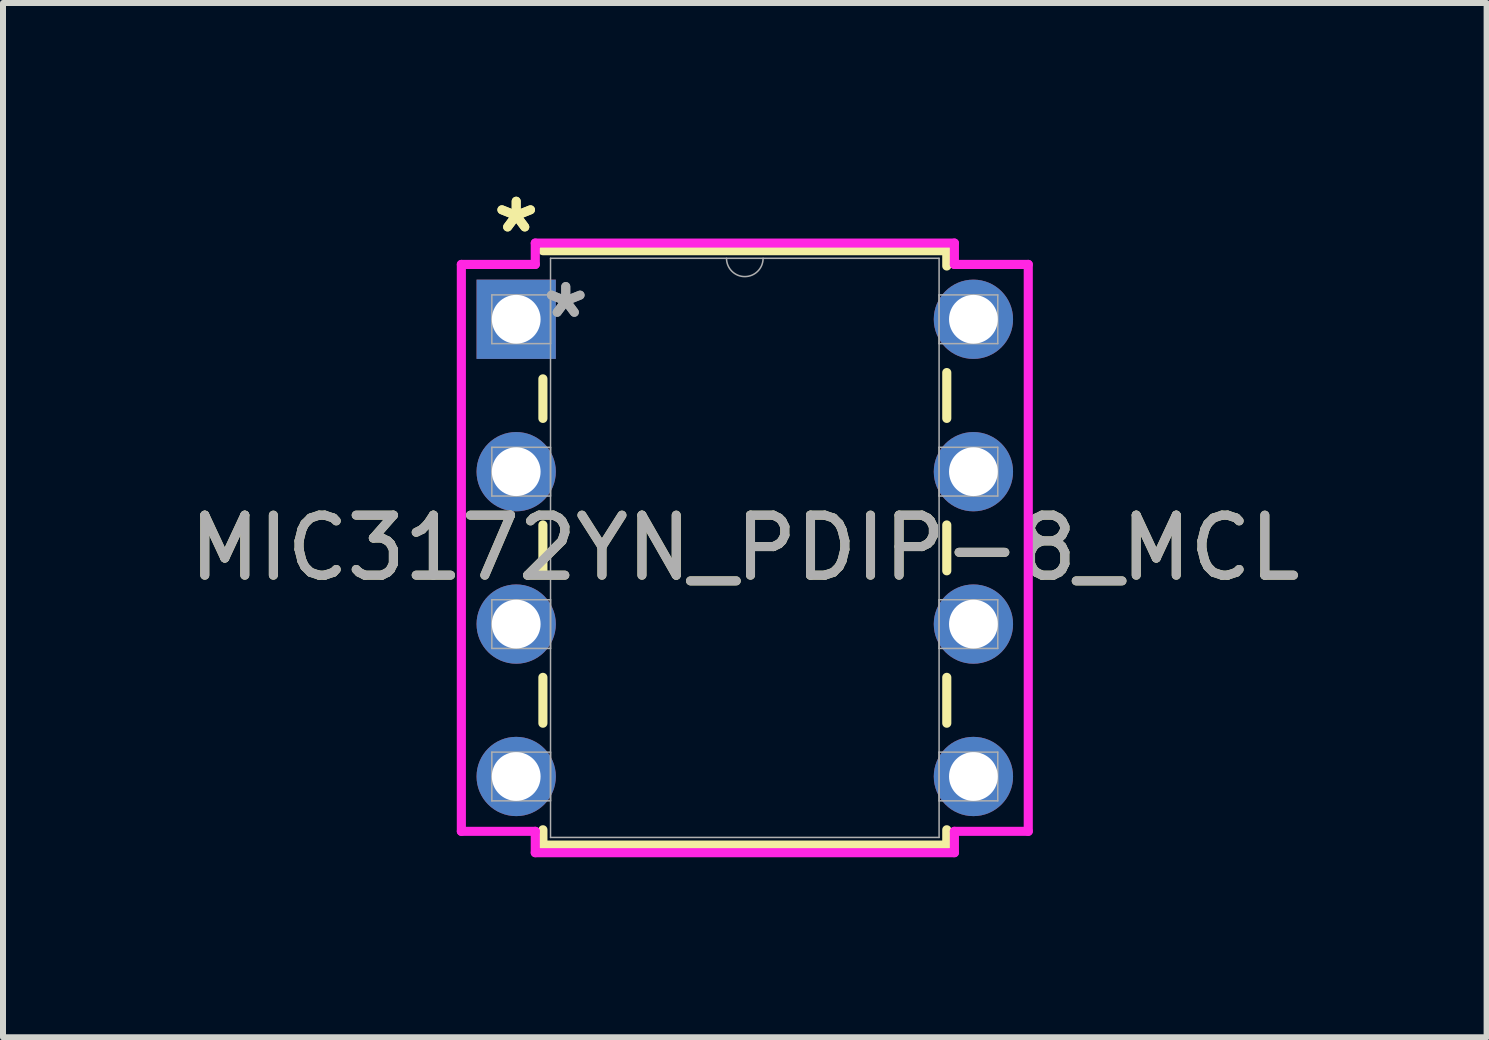
<source format=kicad_pcb>
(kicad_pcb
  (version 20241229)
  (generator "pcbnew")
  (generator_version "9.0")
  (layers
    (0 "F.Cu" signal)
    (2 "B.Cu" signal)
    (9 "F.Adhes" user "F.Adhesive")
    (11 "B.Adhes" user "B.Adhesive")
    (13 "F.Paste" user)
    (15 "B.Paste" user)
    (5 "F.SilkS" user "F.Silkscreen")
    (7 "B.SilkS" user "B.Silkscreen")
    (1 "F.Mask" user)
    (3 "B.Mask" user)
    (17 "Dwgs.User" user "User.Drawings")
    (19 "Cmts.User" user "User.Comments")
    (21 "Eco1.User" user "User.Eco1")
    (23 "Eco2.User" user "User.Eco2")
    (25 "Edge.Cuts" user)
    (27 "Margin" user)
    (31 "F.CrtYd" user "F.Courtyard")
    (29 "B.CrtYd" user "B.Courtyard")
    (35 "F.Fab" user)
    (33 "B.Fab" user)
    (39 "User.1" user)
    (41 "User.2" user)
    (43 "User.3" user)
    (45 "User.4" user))
  (footprint "MIC3172YN_PDIP-8_MCL"
    (layer "F.Cu")
    (at 5.553 2.271)
    (property "Reference" "MIC3172YN_PDIP-8_MCL" (at 3.81 3.81 0) (unlocked yes) (layer "F.SilkS") (effects (font (size 1 1) (thickness 0.15))))
    (attr through_hole)
    (fp_line (start 0.445 0.993) (end 0.445 1.652) (stroke (width 0.152) (type solid)) (layer "F.SilkS"))
    (fp_line (start 0.445 3.428) (end 0.445 4.192) (stroke (width 0.152) (type solid)) (layer "F.SilkS"))
    (fp_line (start 0.445 5.968) (end 0.445 6.732) (stroke (width 0.152) (type solid)) (layer "F.SilkS"))
    (fp_line (start 0.445 8.508) (end 0.445 8.763) (stroke (width 0.152) (type solid)) (layer "F.SilkS"))
    (fp_line (start 0.445 8.763) (end 7.176 8.763) (stroke (width 0.152) (type solid)) (layer "F.SilkS"))
    (fp_line (start 7.176 -1.143) (end 0.445 -1.143) (stroke (width 0.152) (type solid)) (layer "F.SilkS"))
    (fp_line (start 7.176 -0.888) (end 7.176 -1.143) (stroke (width 0.152) (type solid)) (layer "F.SilkS"))
    (fp_line (start 7.176 1.652) (end 7.176 0.888) (stroke (width 0.152) (type solid)) (layer "F.SilkS"))
    (fp_line (start 7.176 4.192) (end 7.176 3.428) (stroke (width 0.152) (type solid)) (layer "F.SilkS"))
    (fp_line (start 7.176 6.732) (end 7.176 5.968) (stroke (width 0.152) (type solid)) (layer "F.SilkS"))
    (fp_line (start 7.176 8.763) (end 7.176 8.508) (stroke (width 0.152) (type solid)) (layer "F.SilkS"))
    (fp_line (start -0.914 -0.914) (end 0.318 -0.914) (stroke (width 0.152) (type solid)) (layer "F.CrtYd"))
    (fp_line (start -0.914 8.534) (end -0.914 -0.914) (stroke (width 0.152) (type solid)) (layer "F.CrtYd"))
    (fp_line (start 0.318 -1.27) (end 7.303 -1.27) (stroke (width 0.152) (type solid)) (layer "F.CrtYd"))
    (fp_line (start 0.318 -0.914) (end 0.318 -1.27) (stroke (width 0.152) (type solid)) (layer "F.CrtYd"))
    (fp_line (start 0.318 8.534) (end -0.914 8.534) (stroke (width 0.152) (type solid)) (layer "F.CrtYd"))
    (fp_line (start 0.318 8.89) (end 0.318 8.534) (stroke (width 0.152) (type solid)) (layer "F.CrtYd"))
    (fp_line (start 7.303 -1.27) (end 7.303 -0.914) (stroke (width 0.152) (type solid)) (layer "F.CrtYd"))
    (fp_line (start 7.303 8.534) (end 7.303 8.89) (stroke (width 0.152) (type solid)) (layer "F.CrtYd"))
    (fp_line (start 7.303 8.89) (end 0.318 8.89) (stroke (width 0.152) (type solid)) (layer "F.CrtYd"))
    (fp_line (start 8.534 -0.914) (end 7.303 -0.914) (stroke (width 0.152) (type solid)) (layer "F.CrtYd"))
    (fp_line (start 8.534 -0.914) (end 8.534 8.534) (stroke (width 0.152) (type solid)) (layer "F.CrtYd"))
    (fp_line (start 8.534 8.534) (end 7.303 8.534) (stroke (width 0.152) (type solid)) (layer "F.CrtYd"))
    (fp_line (start -0.406 -0.406) (end -0.406 0.406) (stroke (width 0.025) (type solid)) (layer "F.Fab"))
    (fp_line (start -0.406 0.406) (end 0.572 0.406) (stroke (width 0.025) (type solid)) (layer "F.Fab"))
    (fp_line (start -0.406 2.134) (end -0.406 2.946) (stroke (width 0.025) (type solid)) (layer "F.Fab"))
    (fp_line (start -0.406 2.946) (end 0.572 2.946) (stroke (width 0.025) (type solid)) (layer "F.Fab"))
    (fp_line (start -0.406 4.674) (end -0.406 5.486) (stroke (width 0.025) (type solid)) (layer "F.Fab"))
    (fp_line (start -0.406 5.486) (end 0.572 5.486) (stroke (width 0.025) (type solid)) (layer "F.Fab"))
    (fp_line (start -0.406 7.214) (end -0.406 8.026) (stroke (width 0.025) (type solid)) (layer "F.Fab"))
    (fp_line (start -0.406 8.026) (end 0.572 8.026) (stroke (width 0.025) (type solid)) (layer "F.Fab"))
    (fp_line (start 0.572 -1.016) (end 0.572 8.636) (stroke (width 0.025) (type solid)) (layer "F.Fab"))
    (fp_line (start 0.572 -0.406) (end -0.406 -0.406) (stroke (width 0.025) (type solid)) (layer "F.Fab"))
    (fp_line (start 0.572 0.406) (end 0.572 -0.406) (stroke (width 0.025) (type solid)) (layer "F.Fab"))
    (fp_line (start 0.572 2.134) (end -0.406 2.134) (stroke (width 0.025) (type solid)) (layer "F.Fab"))
    (fp_line (start 0.572 2.946) (end 0.572 2.134) (stroke (width 0.025) (type solid)) (layer "F.Fab"))
    (fp_line (start 0.572 4.674) (end -0.406 4.674) (stroke (width 0.025) (type solid)) (layer "F.Fab"))
    (fp_line (start 0.572 5.486) (end 0.572 4.674) (stroke (width 0.025) (type solid)) (layer "F.Fab"))
    (fp_line (start 0.572 7.214) (end -0.406 7.214) (stroke (width 0.025) (type solid)) (layer "F.Fab"))
    (fp_line (start 0.572 8.026) (end 0.572 7.214) (stroke (width 0.025) (type solid)) (layer "F.Fab"))
    (fp_line (start 0.572 8.636) (end 7.048 8.636) (stroke (width 0.025) (type solid)) (layer "F.Fab"))
    (fp_line (start 7.048 -1.016) (end 0.572 -1.016) (stroke (width 0.025) (type solid)) (layer "F.Fab"))
    (fp_line (start 7.048 -0.406) (end 7.048 0.406) (stroke (width 0.025) (type solid)) (layer "F.Fab"))
    (fp_line (start 7.048 0.406) (end 8.026 0.406) (stroke (width 0.025) (type solid)) (layer "F.Fab"))
    (fp_line (start 7.048 2.134) (end 7.048 2.946) (stroke (width 0.025) (type solid)) (layer "F.Fab"))
    (fp_line (start 7.048 2.946) (end 8.026 2.946) (stroke (width 0.025) (type solid)) (layer "F.Fab"))
    (fp_line (start 7.048 4.674) (end 7.048 5.486) (stroke (width 0.025) (type solid)) (layer "F.Fab"))
    (fp_line (start 7.048 5.486) (end 8.026 5.486) (stroke (width 0.025) (type solid)) (layer "F.Fab"))
    (fp_line (start 7.048 7.214) (end 7.048 8.026) (stroke (width 0.025) (type solid)) (layer "F.Fab"))
    (fp_line (start 7.048 8.026) (end 8.026 8.026) (stroke (width 0.025) (type solid)) (layer "F.Fab"))
    (fp_line (start 7.048 8.636) (end 7.048 -1.016) (stroke (width 0.025) (type solid)) (layer "F.Fab"))
    (fp_line (start 8.026 -0.406) (end 7.048 -0.406) (stroke (width 0.025) (type solid)) (layer "F.Fab"))
    (fp_line (start 8.026 0.406) (end 8.026 -0.406) (stroke (width 0.025) (type solid)) (layer "F.Fab"))
    (fp_line (start 8.026 2.134) (end 7.048 2.134) (stroke (width 0.025) (type solid)) (layer "F.Fab"))
    (fp_line (start 8.026 2.946) (end 8.026 2.134) (stroke (width 0.025) (type solid)) (layer "F.Fab"))
    (fp_line (start 8.026 4.674) (end 7.048 4.674) (stroke (width 0.025) (type solid)) (layer "F.Fab"))
    (fp_line (start 8.026 5.486) (end 8.026 4.674) (stroke (width 0.025) (type solid)) (layer "F.Fab"))
    (fp_line (start 8.026 7.214) (end 7.048 7.214) (stroke (width 0.025) (type solid)) (layer "F.Fab"))
    (fp_line (start 8.026 8.026) (end 8.026 7.214) (stroke (width 0.025) (type solid)) (layer "F.Fab"))
    (fp_arc (start 4.1148 -1.016) (mid 3.81 -0.7112) (end 3.5052 -1.016) (stroke (width 0.0254) (type solid)) (layer "F.Fab"))
    (fp_text user "*" (at 0 -1.422 0) (unlocked yes) (layer "F.SilkS") (effects (font (size 1 1) (thickness 0.15))))
    (fp_text user "*" (at 0 -1.422 0) (layer "F.SilkS") (effects (font (size 1 1) (thickness 0.15))))
    (fp_text user "*" (at 0.826 0 0) (layer "F.Fab") (effects (font (size 1 1) (thickness 0.15))))
    (fp_text user "*" (at 0.826 0 0) (unlocked yes) (layer "F.Fab") (effects (font (size 1 1) (thickness 0.15))))
    (fp_text user "${REFERENCE}" (at 3.81 3.81 0) (unlocked yes) (layer "F.Fab") (effects (font (size 1 1) (thickness 0.15))))
    (pad "1" thru_hole rect (at 0 0) (size 1.321 1.321) (drill 0.813) (layers "*.Cu" "*.Mask"))
    (pad "2" thru_hole circle (at 0 2.54) (size 1.321 1.321) (drill 0.813) (layers "*.Cu" "*.Mask"))
    (pad "3" thru_hole circle (at 0 5.08) (size 1.321 1.321) (drill 0.813) (layers "*.Cu" "*.Mask"))
    (pad "4" thru_hole circle (at 0 7.62) (size 1.321 1.321) (drill 0.813) (layers "*.Cu" "*.Mask"))
    (pad "5" thru_hole circle (at 7.62 7.62) (size 1.321 1.321) (drill 0.813) (layers "*.Cu" "*.Mask"))
    (pad "6" thru_hole circle (at 7.62 5.08) (size 1.321 1.321) (drill 0.813) (layers "*.Cu" "*.Mask"))
    (pad "7" thru_hole circle (at 7.62 2.54) (size 1.321 1.321) (drill 0.813) (layers "*.Cu" "*.Mask"))
    (pad "8" thru_hole circle (at 7.62 0) (size 1.321 1.321) (drill 0.813) (layers "*.Cu" "*.Mask")))
  (gr_rect
    (start -3 -3)
    (end 21.726 14.237)
    (stroke (width 0.1) (type default))
    (fill no)
    (layer "Edge.Cuts")))
</source>
